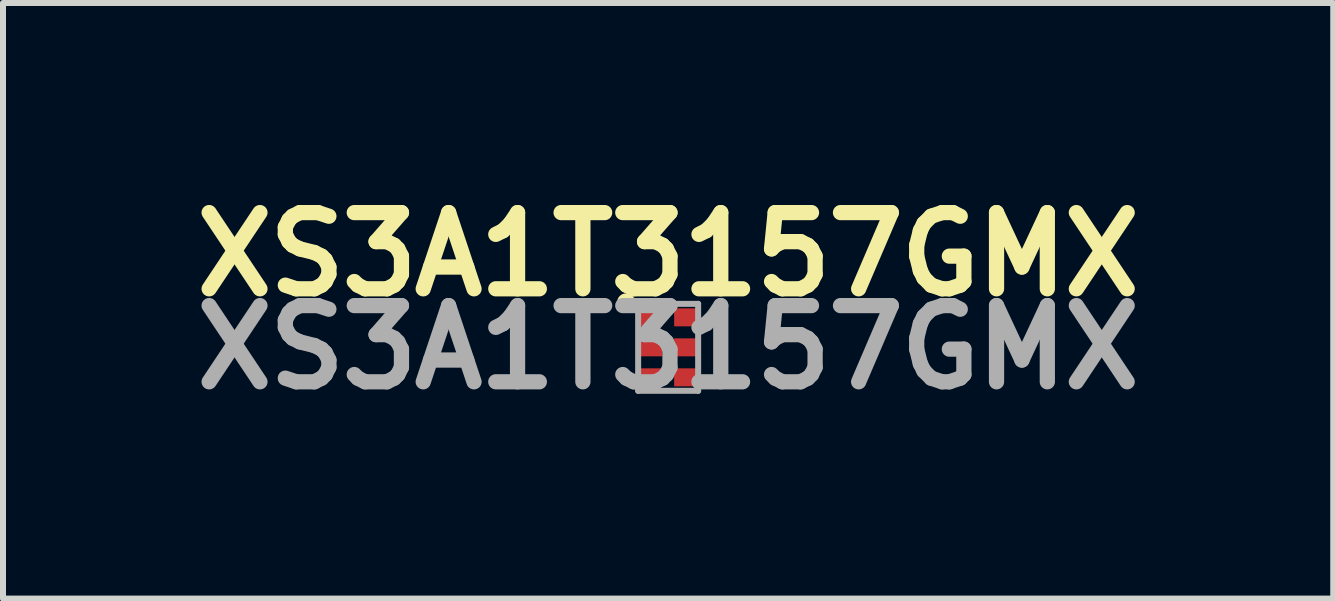
<source format=kicad_pcb>
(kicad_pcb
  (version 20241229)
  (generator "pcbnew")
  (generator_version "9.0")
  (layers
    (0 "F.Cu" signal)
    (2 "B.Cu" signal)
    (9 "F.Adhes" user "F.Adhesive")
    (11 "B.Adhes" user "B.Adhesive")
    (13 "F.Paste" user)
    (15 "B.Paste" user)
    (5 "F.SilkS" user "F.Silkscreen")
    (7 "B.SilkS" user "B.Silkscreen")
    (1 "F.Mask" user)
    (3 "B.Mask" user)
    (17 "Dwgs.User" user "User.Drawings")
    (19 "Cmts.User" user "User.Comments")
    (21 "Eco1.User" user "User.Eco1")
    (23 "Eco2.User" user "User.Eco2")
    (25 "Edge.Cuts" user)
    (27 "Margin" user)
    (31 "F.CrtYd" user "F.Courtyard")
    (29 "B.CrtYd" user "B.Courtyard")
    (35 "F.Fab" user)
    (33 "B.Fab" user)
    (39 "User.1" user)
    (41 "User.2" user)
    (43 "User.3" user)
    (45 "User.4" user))
  (footprint "XS3A1T3157GMX"
    (layer "F.Cu")
    (at 8.086 2.739)
    (property "Reference" "XS3A1T3157GMX" (at 0 -1.55 0) (layer "F.SilkS") (effects (font (size 1.27 1.27) (thickness 0.254))))
    (attr smd)
    (fp_circle (center -0.7 -0.75) (end -0.6 -0.75) (stroke (width 0.1) (type solid)) (fill yes) (layer "F.SilkS"))
    (fp_line (start -0.5 -0.725) (end -0.5 0.725) (stroke (width 0.1) (type solid)) (layer "F.Fab"))
    (fp_line (start -0.5 0.725) (end 0.5 0.725) (stroke (width 0.1) (type solid)) (layer "F.Fab"))
    (fp_line (start 0.5 -0.725) (end -0.5 -0.725) (stroke (width 0.1) (type solid)) (layer "F.Fab"))
    (fp_line (start 0.5 0.725) (end 0.5 -0.725) (stroke (width 0.1) (type solid)) (layer "F.Fab"))
    (fp_text user "${REFERENCE}" (at 0 0 0) (layer "F.Fab") (effects (font (size 1.27 1.27) (thickness 0.254))))
    (pad "1" smd rect (at -0.3 -0.5 90) (size 0.3 0.4) (layers "F.Cu" "F.Mask" "F.Paste"))
    (pad "2" smd rect (at -0.3 0 90) (size 0.3 0.4) (layers "F.Cu" "F.Mask" "F.Paste"))
    (pad "3" smd rect (at -0.3 0.5 90) (size 0.3 0.4) (layers "F.Cu" "F.Mask" "F.Paste"))
    (pad "4" smd rect (at 0.3 0.5 90) (size 0.3 0.4) (layers "F.Cu" "F.Mask" "F.Paste"))
    (pad "5" smd rect (at 0.3 0 90) (size 0.3 0.4) (layers "F.Cu" "F.Mask" "F.Paste"))
    (pad "6" smd rect (at 0.3 -0.5 90) (size 0.3 0.4) (layers "F.Cu" "F.Mask" "F.Paste")))
  (gr_rect
    (start -3 -3)
    (end 19.171 6.927)
    (stroke (width 0.1) (type default))
    (fill no)
    (layer "Edge.Cuts")))
</source>
